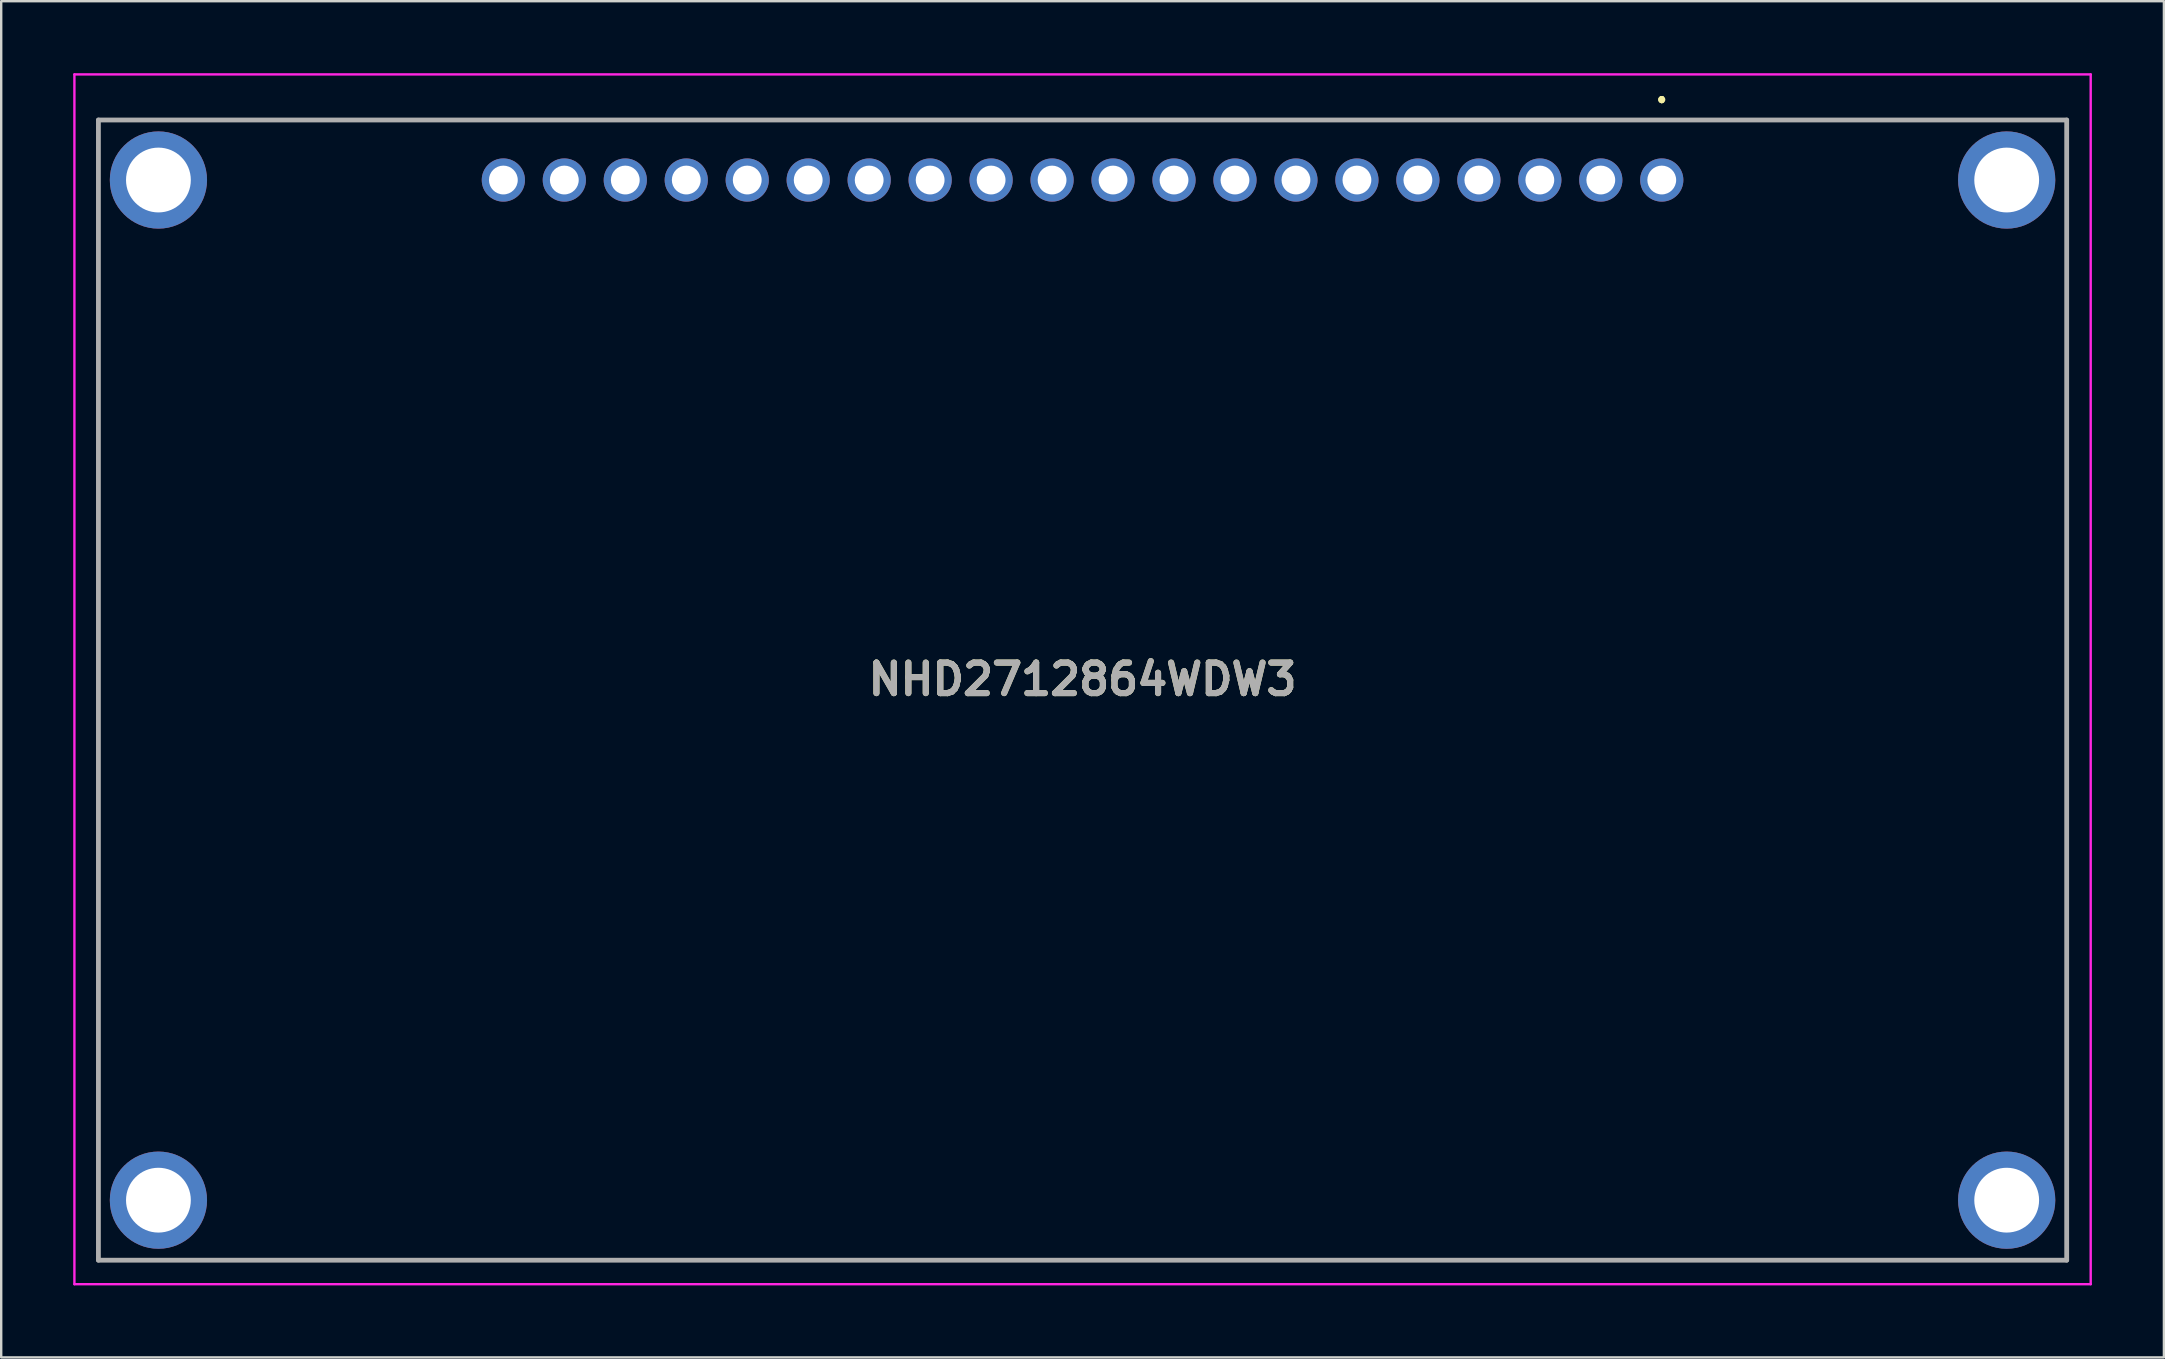
<source format=kicad_pcb>
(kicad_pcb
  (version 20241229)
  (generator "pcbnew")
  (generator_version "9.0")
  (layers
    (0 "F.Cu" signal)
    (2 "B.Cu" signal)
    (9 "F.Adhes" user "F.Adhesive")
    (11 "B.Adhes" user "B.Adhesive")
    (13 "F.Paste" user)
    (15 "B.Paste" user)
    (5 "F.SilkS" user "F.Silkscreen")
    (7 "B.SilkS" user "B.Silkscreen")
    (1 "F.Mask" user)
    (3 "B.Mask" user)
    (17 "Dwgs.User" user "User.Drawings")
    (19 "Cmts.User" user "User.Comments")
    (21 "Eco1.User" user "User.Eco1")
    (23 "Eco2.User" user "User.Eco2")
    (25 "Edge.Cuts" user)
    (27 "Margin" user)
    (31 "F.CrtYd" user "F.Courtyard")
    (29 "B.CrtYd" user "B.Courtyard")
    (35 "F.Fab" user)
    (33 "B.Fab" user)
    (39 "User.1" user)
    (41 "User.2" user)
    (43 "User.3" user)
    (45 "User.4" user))
  (footprint "NHD2712864WDW3"
    (layer "F.Cu")
    (at 66.18 4.45)
    (property "Reference" "NHD2712864WDW3" (at -24.13 20.8 0) (layer "F.SilkS") (effects (font (size 1.27 1.27) (thickness 0.254))))
    (attr through_hole)
    (fp_line (start -65.13 -2.5) (end 16.87 -2.5) (stroke (width 0.1) (type solid)) (layer "F.SilkS"))
    (fp_line (start -65.13 45) (end -65.13 -2.5) (stroke (width 0.1) (type solid)) (layer "F.SilkS"))
    (fp_line (start 0 -3.4) (end 0 -3.4) (stroke (width 0.2) (type solid)) (layer "F.SilkS"))
    (fp_line (start 0 -3.4) (end 0 -3.4) (stroke (width 0.2) (type solid)) (layer "F.SilkS"))
    (fp_line (start 0 -3.3) (end 0 -3.3) (stroke (width 0.2) (type solid)) (layer "F.SilkS"))
    (fp_line (start 16.87 -2.5) (end 16.87 45) (stroke (width 0.1) (type solid)) (layer "F.SilkS"))
    (fp_line (start 16.87 45) (end -65.13 45) (stroke (width 0.1) (type solid)) (layer "F.SilkS"))
    (fp_arc (start 0 -3.4) (mid 0.05 -3.35) (end 0 -3.3) (stroke (width 0.2) (type solid)) (layer "F.SilkS"))
    (fp_arc (start 0 -3.3) (mid -0.05 -3.35) (end 0 -3.4) (stroke (width 0.2) (type solid)) (layer "F.SilkS"))
    (fp_arc (start 0 -3.3) (mid -0.05 -3.35) (end 0 -3.4) (stroke (width 0.2) (type solid)) (layer "F.SilkS"))
    (fp_line (start -66.13 -4.4) (end 17.87 -4.4) (stroke (width 0.1) (type solid)) (layer "F.CrtYd"))
    (fp_line (start -66.13 46) (end -66.13 -4.4) (stroke (width 0.1) (type solid)) (layer "F.CrtYd"))
    (fp_line (start 17.87 -4.4) (end 17.87 46) (stroke (width 0.1) (type solid)) (layer "F.CrtYd"))
    (fp_line (start 17.87 46) (end -66.13 46) (stroke (width 0.1) (type solid)) (layer "F.CrtYd"))
    (fp_line (start -65.13 -2.5) (end -65.13 45) (stroke (width 0.2) (type solid)) (layer "F.Fab"))
    (fp_line (start -65.13 45) (end 16.87 45) (stroke (width 0.2) (type solid)) (layer "F.Fab"))
    (fp_line (start 16.87 -2.5) (end -65.13 -2.5) (stroke (width 0.2) (type solid)) (layer "F.Fab"))
    (fp_line (start 16.87 45) (end 16.87 -2.5) (stroke (width 0.2) (type solid)) (layer "F.Fab"))
    (fp_text user "${REFERENCE}" (at -24.13 20.8 0) (layer "F.Fab") (effects (font (size 1.27 1.27) (thickness 0.254))))
    (pad "1" thru_hole circle (at 0 0) (size 1.8 1.8) (drill 1.2) (layers "*.Cu" "*.Mask"))
    (pad "2" thru_hole circle (at -2.54 0) (size 1.8 1.8) (drill 1.2) (layers "*.Cu" "*.Mask"))
    (pad "3" thru_hole circle (at -5.08 0) (size 1.8 1.8) (drill 1.2) (layers "*.Cu" "*.Mask"))
    (pad "4" thru_hole circle (at -7.62 0) (size 1.8 1.8) (drill 1.2) (layers "*.Cu" "*.Mask"))
    (pad "5" thru_hole circle (at -10.16 0) (size 1.8 1.8) (drill 1.2) (layers "*.Cu" "*.Mask"))
    (pad "6" thru_hole circle (at -12.7 0) (size 1.8 1.8) (drill 1.2) (layers "*.Cu" "*.Mask"))
    (pad "7" thru_hole circle (at -15.24 0) (size 1.8 1.8) (drill 1.2) (layers "*.Cu" "*.Mask"))
    (pad "8" thru_hole circle (at -17.78 0) (size 1.8 1.8) (drill 1.2) (layers "*.Cu" "*.Mask"))
    (pad "9" thru_hole circle (at -20.32 0) (size 1.8 1.8) (drill 1.2) (layers "*.Cu" "*.Mask"))
    (pad "10" thru_hole circle (at -22.86 0) (size 1.8 1.8) (drill 1.2) (layers "*.Cu" "*.Mask"))
    (pad "11" thru_hole circle (at -25.4 0) (size 1.8 1.8) (drill 1.2) (layers "*.Cu" "*.Mask"))
    (pad "12" thru_hole circle (at -27.94 0) (size 1.8 1.8) (drill 1.2) (layers "*.Cu" "*.Mask"))
    (pad "13" thru_hole circle (at -30.48 0) (size 1.8 1.8) (drill 1.2) (layers "*.Cu" "*.Mask"))
    (pad "14" thru_hole circle (at -33.02 0) (size 1.8 1.8) (drill 1.2) (layers "*.Cu" "*.Mask"))
    (pad "15" thru_hole circle (at -35.56 0) (size 1.8 1.8) (drill 1.2) (layers "*.Cu" "*.Mask"))
    (pad "16" thru_hole circle (at -38.1 0) (size 1.8 1.8) (drill 1.2) (layers "*.Cu" "*.Mask"))
    (pad "17" thru_hole circle (at -40.64 0) (size 1.8 1.8) (drill 1.2) (layers "*.Cu" "*.Mask"))
    (pad "18" thru_hole circle (at -43.18 0) (size 1.8 1.8) (drill 1.2) (layers "*.Cu" "*.Mask"))
    (pad "19" thru_hole circle (at -45.72 0) (size 1.8 1.8) (drill 1.2) (layers "*.Cu" "*.Mask"))
    (pad "20" thru_hole circle (at -48.26 0) (size 1.8 1.8) (drill 1.2) (layers "*.Cu" "*.Mask"))
    (pad "MH1" thru_hole circle (at 14.37 0) (size 4.05 4.05) (drill 2.7) (layers "*.Cu" "*.Mask"))
    (pad "MH2" thru_hole circle (at -62.63 0) (size 4.05 4.05) (drill 2.7) (layers "*.Cu" "*.Mask"))
    (pad "MH3" thru_hole circle (at -62.63 42.5) (size 4.05 4.05) (drill 2.7) (layers "*.Cu" "*.Mask"))
    (pad "MH4" thru_hole circle (at 14.37 42.5) (size 4.05 4.05) (drill 2.7) (layers "*.Cu" "*.Mask")))
  (gr_rect
    (start -3 -3)
    (end 87.1 53.5)
    (stroke (width 0.1) (type default))
    (fill no)
    (layer "Edge.Cuts")))
</source>
